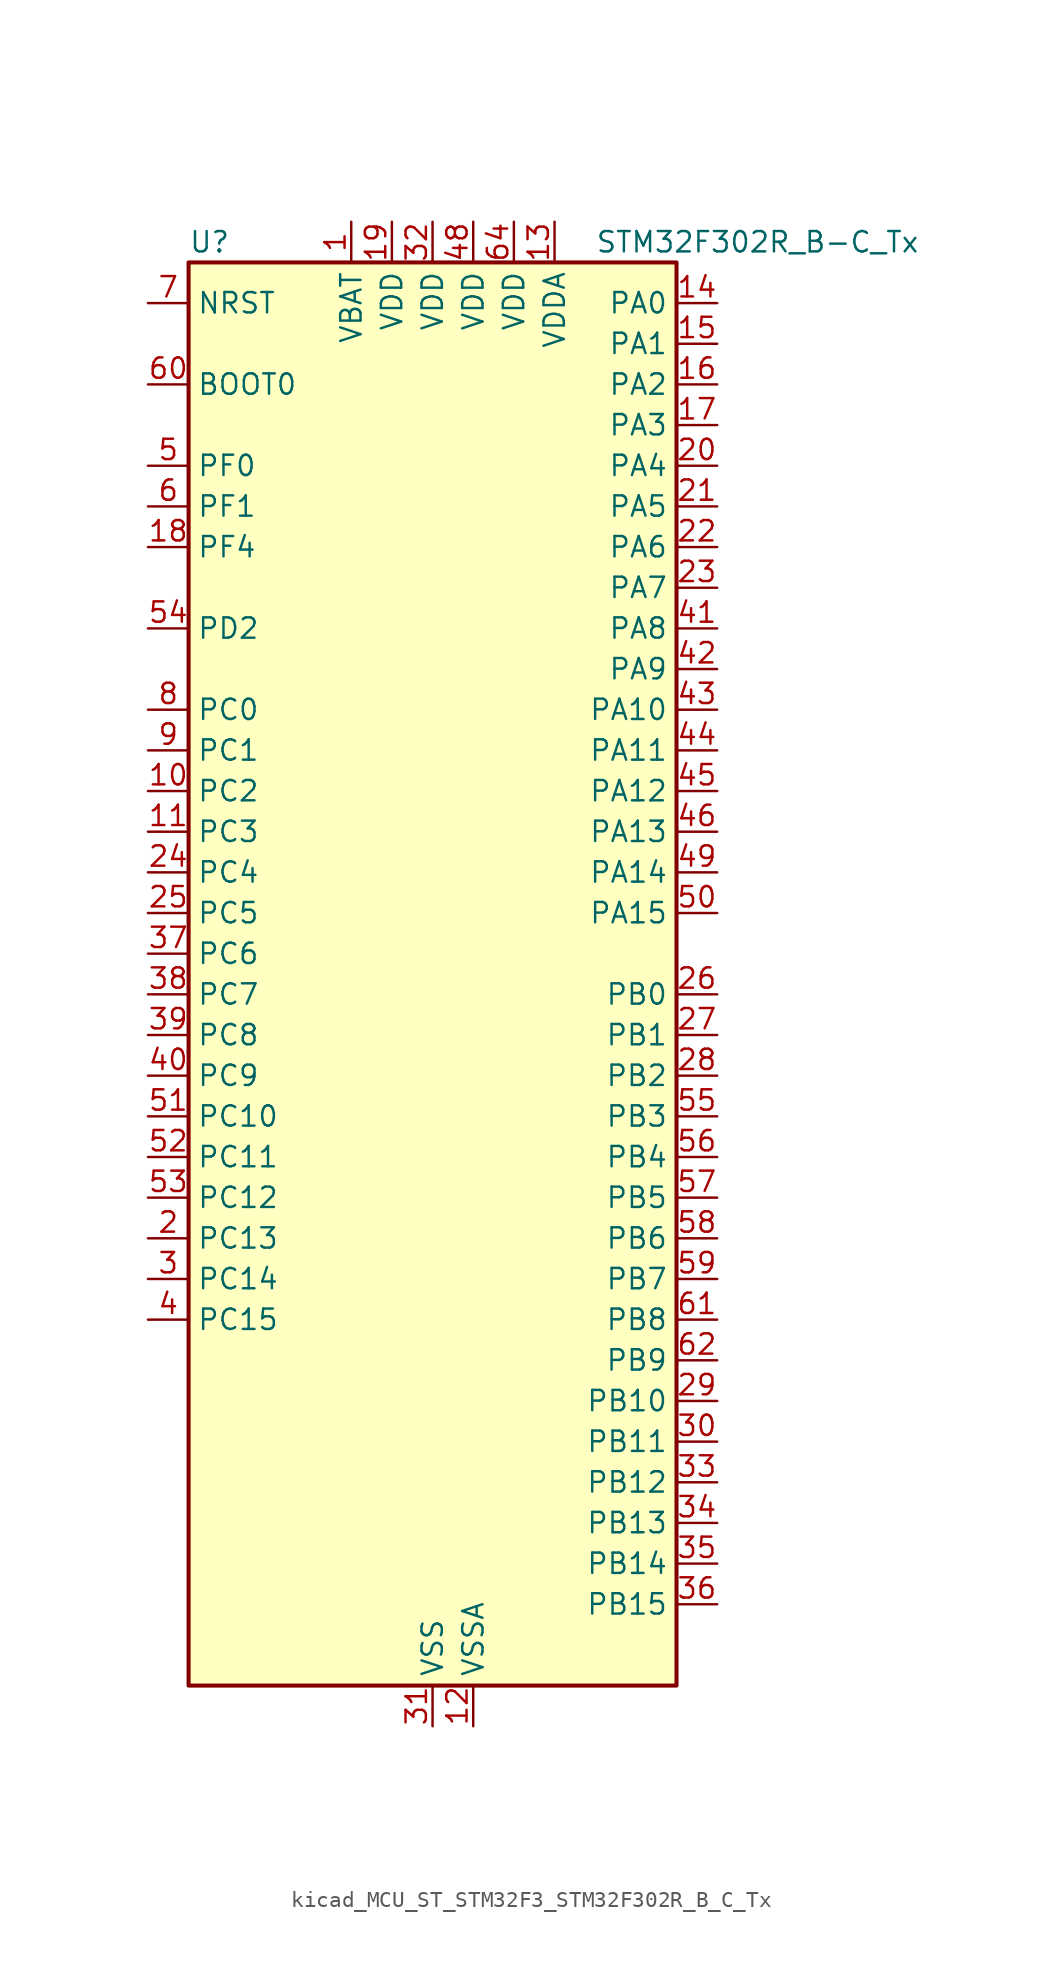
<source format=kicad_sym>
(kicad_symbol_lib
  (version 20220914)
  (generator kicad_symbol_editor)
  (symbol "kicad_MCU_ST_STM32F3_STM32F302R_B_C_Tx"
    (property "Reference" "U"
      (at -15.24 46.99 0)
      (effects (font (size 1.27 1.27)) (justify left)))
    (property "Value" "STM32F302R_B-C_Tx"
      (at 10.16 46.99 0)
      (effects (font (size 1.27 1.27)) (justify left)))
    (property "ki_locked" ""
      (at 0 0 0)
      (effects (font (size 1.27 1.27))))
    (symbol "kicad_MCU_ST_STM32F3_STM32F302R_B_C_Tx_0_1"
      (rectangle (start -15.24 -43.18) (end 15.24 45.72) (stroke (width 0.254) (type default)) (fill (type background))))
    (symbol "kicad_MCU_ST_STM32F3_STM32F302R_B_C_Tx_1_1"
      (pin power_in line (at -5.08 48.26 270) (length 2.54) (name "VBAT" (effects (font (size 1.27 1.27)))) (number "1" (effects (font (size 1.27 1.27)))))
      (pin bidirectional line (at -17.78 12.7 0) (length 2.54) (name "PC2" (effects (font (size 1.27 1.27)))) (number "10" (effects (font (size 1.27 1.27)))) (alternate "ADC1_IN8" bidirectional line) (alternate "ADC2_IN8" bidirectional line))
      (pin bidirectional line (at -17.78 10.16 0) (length 2.54) (name "PC3" (effects (font (size 1.27 1.27)))) (number "11" (effects (font (size 1.27 1.27)))) (alternate "ADC1_IN9" bidirectional line) (alternate "ADC2_IN9" bidirectional line) (alternate "TIM1_BKIN2" bidirectional line))
      (pin power_in line (at 2.54 -45.72 90) (length 2.54) (name "VSSA" (effects (font (size 1.27 1.27)))) (number "12" (effects (font (size 1.27 1.27)))))
      (pin power_in line (at 7.62 48.26 270) (length 2.54) (name "VDDA" (effects (font (size 1.27 1.27)))) (number "13" (effects (font (size 1.27 1.27)))))
      (pin bidirectional line (at 17.78 43.18 180) (length 2.54) (name "PA0" (effects (font (size 1.27 1.27)))) (number "14" (effects (font (size 1.27 1.27)))) (alternate "ADC1_IN1" bidirectional line) (alternate "COMP1_INM" bidirectional line) (alternate "COMP1_OUT" bidirectional line) (alternate "RTC_TAMP2" bidirectional line) (alternate "SYS_WKUP1" bidirectional line) (alternate "TIM2_CH1" bidirectional line) (alternate "TIM2_ETR" bidirectional line) (alternate "TSC_G1_IO1" bidirectional line) (alternate "USART2_CTS" bidirectional line))
      (pin bidirectional line (at 17.78 40.64 180) (length 2.54) (name "PA1" (effects (font (size 1.27 1.27)))) (number "15" (effects (font (size 1.27 1.27)))) (alternate "ADC1_IN2" bidirectional line) (alternate "COMP1_INP" bidirectional line) (alternate "OPAMP1_VINP" bidirectional line) (alternate "OPAMP1_VINP_SEC" bidirectional line) (alternate "RTC_REFIN" bidirectional line) (alternate "TIM15_CH1N" bidirectional line) (alternate "TIM2_CH2" bidirectional line) (alternate "TSC_G1_IO2" bidirectional line) (alternate "USART2_DE" bidirectional line) (alternate "USART2_RTS" bidirectional line))
      (pin bidirectional line (at 17.78 38.1 180) (length 2.54) (name "PA2" (effects (font (size 1.27 1.27)))) (number "16" (effects (font (size 1.27 1.27)))) (alternate "ADC1_IN3" bidirectional line) (alternate "COMP2_INM" bidirectional line) (alternate "COMP2_OUT" bidirectional line) (alternate "OPAMP1_VOUT" bidirectional line) (alternate "TIM15_CH1" bidirectional line) (alternate "TIM2_CH3" bidirectional line) (alternate "TSC_G1_IO3" bidirectional line) (alternate "USART2_TX" bidirectional line))
      (pin bidirectional line (at 17.78 35.56 180) (length 2.54) (name "PA3" (effects (font (size 1.27 1.27)))) (number "17" (effects (font (size 1.27 1.27)))) (alternate "ADC1_IN4" bidirectional line) (alternate "COMP2_INP" bidirectional line) (alternate "OPAMP1_VINM" bidirectional line) (alternate "OPAMP1_VINM_SEC" bidirectional line) (alternate "OPAMP1_VINP" bidirectional line) (alternate "OPAMP1_VINP_SEC" bidirectional line) (alternate "TIM15_CH2" bidirectional line) (alternate "TIM2_CH4" bidirectional line) (alternate "TSC_G1_IO4" bidirectional line) (alternate "USART2_RX" bidirectional line))
      (pin bidirectional line (at -17.78 27.94 0) (length 2.54) (name "PF4" (effects (font (size 1.27 1.27)))) (number "18" (effects (font (size 1.27 1.27)))) (alternate "ADC1_IN5" bidirectional line) (alternate "COMP1_OUT" bidirectional line))
      (pin power_in line (at -2.54 48.26 270) (length 2.54) (name "VDD" (effects (font (size 1.27 1.27)))) (number "19" (effects (font (size 1.27 1.27)))))
      (pin bidirectional line (at -17.78 -15.24 0) (length 2.54) (name "PC13" (effects (font (size 1.27 1.27)))) (number "2" (effects (font (size 1.27 1.27)))) (alternate "RTC_OUT_ALARM" bidirectional line) (alternate "RTC_OUT_CALIB" bidirectional line) (alternate "RTC_TAMP1" bidirectional line) (alternate "RTC_TS" bidirectional line) (alternate "SYS_WKUP2" bidirectional line) (alternate "TIM1_CH1N" bidirectional line))
      (pin bidirectional line (at 17.78 33.02 180) (length 2.54) (name "PA4" (effects (font (size 1.27 1.27)))) (number "20" (effects (font (size 1.27 1.27)))) (alternate "ADC2_IN1" bidirectional line) (alternate "COMP1_INM" bidirectional line) (alternate "COMP2_INM" bidirectional line) (alternate "COMP4_INM" bidirectional line) (alternate "COMP6_INM" bidirectional line) (alternate "DAC_OUT1" bidirectional line) (alternate "I2S3_WS" bidirectional line) (alternate "SPI1_NSS" bidirectional line) (alternate "SPI3_NSS" bidirectional line) (alternate "TIM3_CH2" bidirectional line) (alternate "TSC_G2_IO1" bidirectional line) (alternate "USART2_CK" bidirectional line))
      (pin bidirectional line (at 17.78 30.48 180) (length 2.54) (name "PA5" (effects (font (size 1.27 1.27)))) (number "21" (effects (font (size 1.27 1.27)))) (alternate "ADC2_IN2" bidirectional line) (alternate "COMP1_INM" bidirectional line) (alternate "COMP2_INM" bidirectional line) (alternate "COMP4_INM" bidirectional line) (alternate "COMP6_INM" bidirectional line) (alternate "OPAMP1_VINP" bidirectional line) (alternate "OPAMP1_VINP_SEC" bidirectional line) (alternate "OPAMP2_VINM" bidirectional line) (alternate "OPAMP2_VINM_SEC" bidirectional line) (alternate "SPI1_SCK" bidirectional line) (alternate "TIM2_CH1" bidirectional line) (alternate "TIM2_ETR" bidirectional line) (alternate "TSC_G2_IO2" bidirectional line))
      (pin bidirectional line (at 17.78 27.94 180) (length 2.54) (name "PA6" (effects (font (size 1.27 1.27)))) (number "22" (effects (font (size 1.27 1.27)))) (alternate "ADC2_IN3" bidirectional line) (alternate "COMP1_OUT" bidirectional line) (alternate "OPAMP2_VOUT" bidirectional line) (alternate "SPI1_MISO" bidirectional line) (alternate "TIM16_CH1" bidirectional line) (alternate "TIM1_BKIN" bidirectional line) (alternate "TIM3_CH1" bidirectional line) (alternate "TSC_G2_IO3" bidirectional line))
      (pin bidirectional line (at 17.78 25.4 180) (length 2.54) (name "PA7" (effects (font (size 1.27 1.27)))) (number "23" (effects (font (size 1.27 1.27)))) (alternate "ADC2_IN4" bidirectional line) (alternate "COMP2_INP" bidirectional line) (alternate "COMP2_OUT" bidirectional line) (alternate "OPAMP1_VINP" bidirectional line) (alternate "OPAMP1_VINP_SEC" bidirectional line) (alternate "OPAMP2_VINP" bidirectional line) (alternate "OPAMP2_VINP_SEC" bidirectional line) (alternate "SPI1_MOSI" bidirectional line) (alternate "TIM17_CH1" bidirectional line) (alternate "TIM1_CH1N" bidirectional line) (alternate "TIM3_CH2" bidirectional line) (alternate "TSC_G2_IO4" bidirectional line))
      (pin bidirectional line (at -17.78 7.62 0) (length 2.54) (name "PC4" (effects (font (size 1.27 1.27)))) (number "24" (effects (font (size 1.27 1.27)))) (alternate "ADC2_IN5" bidirectional line) (alternate "USART1_TX" bidirectional line))
      (pin bidirectional line (at -17.78 5.08 0) (length 2.54) (name "PC5" (effects (font (size 1.27 1.27)))) (number "25" (effects (font (size 1.27 1.27)))) (alternate "ADC2_IN11" bidirectional line) (alternate "OPAMP1_VINM" bidirectional line) (alternate "OPAMP1_VINM_SEC" bidirectional line) (alternate "OPAMP2_VINM" bidirectional line) (alternate "OPAMP2_VINM_SEC" bidirectional line) (alternate "TSC_G3_IO1" bidirectional line) (alternate "USART1_RX" bidirectional line))
      (pin bidirectional line (at 17.78 0 180) (length 2.54) (name "PB0" (effects (font (size 1.27 1.27)))) (number "26" (effects (font (size 1.27 1.27)))) (alternate "COMP4_INP" bidirectional line) (alternate "OPAMP2_VINP" bidirectional line) (alternate "OPAMP2_VINP_SEC" bidirectional line) (alternate "TIM1_CH2N" bidirectional line) (alternate "TIM3_CH3" bidirectional line) (alternate "TSC_G3_IO2" bidirectional line))
      (pin bidirectional line (at 17.78 -2.54 180) (length 2.54) (name "PB1" (effects (font (size 1.27 1.27)))) (number "27" (effects (font (size 1.27 1.27)))) (alternate "COMP4_OUT" bidirectional line) (alternate "TIM1_CH3N" bidirectional line) (alternate "TIM3_CH4" bidirectional line) (alternate "TSC_G3_IO3" bidirectional line))
      (pin bidirectional line (at 17.78 -5.08 180) (length 2.54) (name "PB2" (effects (font (size 1.27 1.27)))) (number "28" (effects (font (size 1.27 1.27)))) (alternate "ADC2_IN12" bidirectional line) (alternate "COMP4_INM" bidirectional line) (alternate "TSC_G3_IO4" bidirectional line))
      (pin bidirectional line (at 17.78 -25.4 180) (length 2.54) (name "PB10" (effects (font (size 1.27 1.27)))) (number "29" (effects (font (size 1.27 1.27)))) (alternate "TIM2_CH3" bidirectional line) (alternate "TSC_SYNC" bidirectional line) (alternate "USART3_TX" bidirectional line))
      (pin bidirectional line (at -17.78 -17.78 0) (length 2.54) (name "PC14" (effects (font (size 1.27 1.27)))) (number "3" (effects (font (size 1.27 1.27)))) (alternate "RCC_OSC32_IN" bidirectional line))
      (pin bidirectional line (at 17.78 -27.94 180) (length 2.54) (name "PB11" (effects (font (size 1.27 1.27)))) (number "30" (effects (font (size 1.27 1.27)))) (alternate "ADC1_EXTI11" bidirectional line) (alternate "ADC2_EXTI11" bidirectional line) (alternate "COMP6_INP" bidirectional line) (alternate "TIM2_CH4" bidirectional line) (alternate "TSC_G6_IO1" bidirectional line) (alternate "USART3_RX" bidirectional line))
      (pin power_in line (at 0 -45.72 90) (length 2.54) (name "VSS" (effects (font (size 1.27 1.27)))) (number "31" (effects (font (size 1.27 1.27)))))
      (pin power_in line (at 0 48.26 270) (length 2.54) (name "VDD" (effects (font (size 1.27 1.27)))) (number "32" (effects (font (size 1.27 1.27)))))
      (pin bidirectional line (at 17.78 -30.48 180) (length 2.54) (name "PB12" (effects (font (size 1.27 1.27)))) (number "33" (effects (font (size 1.27 1.27)))) (alternate "I2C2_SMBA" bidirectional line) (alternate "I2S2_WS" bidirectional line) (alternate "SPI2_NSS" bidirectional line) (alternate "TIM1_BKIN" bidirectional line) (alternate "TSC_G6_IO2" bidirectional line) (alternate "USART3_CK" bidirectional line))
      (pin bidirectional line (at 17.78 -33.02 180) (length 2.54) (name "PB13" (effects (font (size 1.27 1.27)))) (number "34" (effects (font (size 1.27 1.27)))) (alternate "I2S2_CK" bidirectional line) (alternate "SPI2_SCK" bidirectional line) (alternate "TIM1_CH1N" bidirectional line) (alternate "TSC_G6_IO3" bidirectional line) (alternate "USART3_CTS" bidirectional line))
      (pin bidirectional line (at 17.78 -35.56 180) (length 2.54) (name "PB14" (effects (font (size 1.27 1.27)))) (number "35" (effects (font (size 1.27 1.27)))) (alternate "I2S2_ext_SD" bidirectional line) (alternate "OPAMP2_VINP" bidirectional line) (alternate "OPAMP2_VINP_SEC" bidirectional line) (alternate "SPI2_MISO" bidirectional line) (alternate "TIM15_CH1" bidirectional line) (alternate "TIM1_CH2N" bidirectional line) (alternate "TSC_G6_IO4" bidirectional line) (alternate "USART3_DE" bidirectional line) (alternate "USART3_RTS" bidirectional line))
      (pin bidirectional line (at 17.78 -38.1 180) (length 2.54) (name "PB15" (effects (font (size 1.27 1.27)))) (number "36" (effects (font (size 1.27 1.27)))) (alternate "ADC1_EXTI15" bidirectional line) (alternate "ADC2_EXTI15" bidirectional line) (alternate "COMP6_INM" bidirectional line) (alternate "I2S2_SD" bidirectional line) (alternate "RTC_REFIN" bidirectional line) (alternate "SPI2_MOSI" bidirectional line) (alternate "TIM15_CH1N" bidirectional line) (alternate "TIM15_CH2" bidirectional line) (alternate "TIM1_CH3N" bidirectional line))
      (pin bidirectional line (at -17.78 2.54 0) (length 2.54) (name "PC6" (effects (font (size 1.27 1.27)))) (number "37" (effects (font (size 1.27 1.27)))) (alternate "COMP6_OUT" bidirectional line) (alternate "I2S2_MCK" bidirectional line) (alternate "TIM3_CH1" bidirectional line))
      (pin bidirectional line (at -17.78 0 0) (length 2.54) (name "PC7" (effects (font (size 1.27 1.27)))) (number "38" (effects (font (size 1.27 1.27)))) (alternate "I2S3_MCK" bidirectional line) (alternate "TIM3_CH2" bidirectional line))
      (pin bidirectional line (at -17.78 -2.54 0) (length 2.54) (name "PC8" (effects (font (size 1.27 1.27)))) (number "39" (effects (font (size 1.27 1.27)))) (alternate "TIM3_CH3" bidirectional line))
      (pin bidirectional line (at -17.78 -20.32 0) (length 2.54) (name "PC15" (effects (font (size 1.27 1.27)))) (number "4" (effects (font (size 1.27 1.27)))) (alternate "ADC1_EXTI15" bidirectional line) (alternate "ADC2_EXTI15" bidirectional line) (alternate "RCC_OSC32_OUT" bidirectional line))
      (pin bidirectional line (at -17.78 -5.08 0) (length 2.54) (name "PC9" (effects (font (size 1.27 1.27)))) (number "40" (effects (font (size 1.27 1.27)))) (alternate "DAC_EXTI9" bidirectional line) (alternate "I2S_CKIN" bidirectional line) (alternate "TIM3_CH4" bidirectional line))
      (pin bidirectional line (at 17.78 22.86 180) (length 2.54) (name "PA8" (effects (font (size 1.27 1.27)))) (number "41" (effects (font (size 1.27 1.27)))) (alternate "I2C2_SMBA" bidirectional line) (alternate "I2S2_MCK" bidirectional line) (alternate "RCC_MCO" bidirectional line) (alternate "TIM1_CH1" bidirectional line) (alternate "TIM4_ETR" bidirectional line) (alternate "USART1_CK" bidirectional line))
      (pin bidirectional line (at 17.78 20.32 180) (length 2.54) (name "PA9" (effects (font (size 1.27 1.27)))) (number "42" (effects (font (size 1.27 1.27)))) (alternate "DAC_EXTI9" bidirectional line) (alternate "I2C2_SCL" bidirectional line) (alternate "I2S3_MCK" bidirectional line) (alternate "TIM15_BKIN" bidirectional line) (alternate "TIM1_CH2" bidirectional line) (alternate "TIM2_CH3" bidirectional line) (alternate "TSC_G4_IO1" bidirectional line) (alternate "USART1_TX" bidirectional line))
      (pin bidirectional line (at 17.78 17.78 180) (length 2.54) (name "PA10" (effects (font (size 1.27 1.27)))) (number "43" (effects (font (size 1.27 1.27)))) (alternate "COMP6_OUT" bidirectional line) (alternate "I2C2_SDA" bidirectional line) (alternate "TIM17_BKIN" bidirectional line) (alternate "TIM1_CH3" bidirectional line) (alternate "TIM2_CH4" bidirectional line) (alternate "TSC_G4_IO2" bidirectional line) (alternate "USART1_RX" bidirectional line))
      (pin bidirectional line (at 17.78 15.24 180) (length 2.54) (name "PA11" (effects (font (size 1.27 1.27)))) (number "44" (effects (font (size 1.27 1.27)))) (alternate "ADC1_EXTI11" bidirectional line) (alternate "ADC2_EXTI11" bidirectional line) (alternate "CAN_RX" bidirectional line) (alternate "COMP1_OUT" bidirectional line) (alternate "TIM1_BKIN2" bidirectional line) (alternate "TIM1_CH1N" bidirectional line) (alternate "TIM1_CH4" bidirectional line) (alternate "TIM4_CH1" bidirectional line) (alternate "USART1_CTS" bidirectional line) (alternate "USB_DM" bidirectional line))
      (pin bidirectional line (at 17.78 12.7 180) (length 2.54) (name "PA12" (effects (font (size 1.27 1.27)))) (number "45" (effects (font (size 1.27 1.27)))) (alternate "CAN_TX" bidirectional line) (alternate "COMP2_OUT" bidirectional line) (alternate "TIM16_CH1" bidirectional line) (alternate "TIM1_CH2N" bidirectional line) (alternate "TIM1_ETR" bidirectional line) (alternate "TIM4_CH2" bidirectional line) (alternate "USART1_DE" bidirectional line) (alternate "USART1_RTS" bidirectional line) (alternate "USB_DP" bidirectional line))
      (pin bidirectional line (at 17.78 10.16 180) (length 2.54) (name "PA13" (effects (font (size 1.27 1.27)))) (number "46" (effects (font (size 1.27 1.27)))) (alternate "IR_OUT" bidirectional line) (alternate "SYS_JTMS-SWDIO" bidirectional line) (alternate "TIM16_CH1N" bidirectional line) (alternate "TIM4_CH3" bidirectional line) (alternate "TSC_G4_IO3" bidirectional line) (alternate "USART3_CTS" bidirectional line))
      (pin passive line (at 0 -45.72 90) (length 2.54) hide (name "VSS" (effects (font (size 1.27 1.27)))) (number "47" (effects (font (size 1.27 1.27)))))
      (pin power_in line (at 2.54 48.26 270) (length 2.54) (name "VDD" (effects (font (size 1.27 1.27)))) (number "48" (effects (font (size 1.27 1.27)))))
      (pin bidirectional line (at 17.78 7.62 180) (length 2.54) (name "PA14" (effects (font (size 1.27 1.27)))) (number "49" (effects (font (size 1.27 1.27)))) (alternate "I2C1_SDA" bidirectional line) (alternate "SYS_JTCK-SWCLK" bidirectional line) (alternate "TIM1_BKIN" bidirectional line) (alternate "TSC_G4_IO4" bidirectional line) (alternate "USART2_TX" bidirectional line))
      (pin bidirectional line (at -17.78 33.02 0) (length 2.54) (name "PF0" (effects (font (size 1.27 1.27)))) (number "5" (effects (font (size 1.27 1.27)))) (alternate "I2C2_SDA" bidirectional line) (alternate "RCC_OSC_IN" bidirectional line) (alternate "TIM1_CH3N" bidirectional line))
      (pin bidirectional line (at 17.78 5.08 180) (length 2.54) (name "PA15" (effects (font (size 1.27 1.27)))) (number "50" (effects (font (size 1.27 1.27)))) (alternate "ADC1_EXTI15" bidirectional line) (alternate "ADC2_EXTI15" bidirectional line) (alternate "I2C1_SCL" bidirectional line) (alternate "I2S3_WS" bidirectional line) (alternate "SPI1_NSS" bidirectional line) (alternate "SPI3_NSS" bidirectional line) (alternate "SYS_JTDI" bidirectional line) (alternate "TIM1_BKIN" bidirectional line) (alternate "TIM2_CH1" bidirectional line) (alternate "TIM2_ETR" bidirectional line) (alternate "USART2_RX" bidirectional line))
      (pin bidirectional line (at -17.78 -7.62 0) (length 2.54) (name "PC10" (effects (font (size 1.27 1.27)))) (number "51" (effects (font (size 1.27 1.27)))) (alternate "I2S3_CK" bidirectional line) (alternate "SPI3_SCK" bidirectional line) (alternate "UART4_TX" bidirectional line) (alternate "USART3_TX" bidirectional line))
      (pin bidirectional line (at -17.78 -10.16 0) (length 2.54) (name "PC11" (effects (font (size 1.27 1.27)))) (number "52" (effects (font (size 1.27 1.27)))) (alternate "ADC1_EXTI11" bidirectional line) (alternate "ADC2_EXTI11" bidirectional line) (alternate "I2S3_ext_SD" bidirectional line) (alternate "SPI3_MISO" bidirectional line) (alternate "UART4_RX" bidirectional line) (alternate "USART3_RX" bidirectional line))
      (pin bidirectional line (at -17.78 -12.7 0) (length 2.54) (name "PC12" (effects (font (size 1.27 1.27)))) (number "53" (effects (font (size 1.27 1.27)))) (alternate "I2S3_SD" bidirectional line) (alternate "SPI3_MOSI" bidirectional line) (alternate "UART5_TX" bidirectional line) (alternate "USART3_CK" bidirectional line))
      (pin bidirectional line (at -17.78 22.86 0) (length 2.54) (name "PD2" (effects (font (size 1.27 1.27)))) (number "54" (effects (font (size 1.27 1.27)))) (alternate "TIM3_ETR" bidirectional line) (alternate "UART5_RX" bidirectional line))
      (pin bidirectional line (at 17.78 -7.62 180) (length 2.54) (name "PB3" (effects (font (size 1.27 1.27)))) (number "55" (effects (font (size 1.27 1.27)))) (alternate "I2S3_CK" bidirectional line) (alternate "SPI1_SCK" bidirectional line) (alternate "SPI3_SCK" bidirectional line) (alternate "SYS_JTDO-TRACESWO" bidirectional line) (alternate "TIM2_CH2" bidirectional line) (alternate "TIM3_ETR" bidirectional line) (alternate "TIM4_ETR" bidirectional line) (alternate "TSC_G5_IO1" bidirectional line) (alternate "USART2_TX" bidirectional line))
      (pin bidirectional line (at 17.78 -10.16 180) (length 2.54) (name "PB4" (effects (font (size 1.27 1.27)))) (number "56" (effects (font (size 1.27 1.27)))) (alternate "I2S3_ext_SD" bidirectional line) (alternate "SPI1_MISO" bidirectional line) (alternate "SPI3_MISO" bidirectional line) (alternate "SYS_NJTRST" bidirectional line) (alternate "TIM16_CH1" bidirectional line) (alternate "TIM17_BKIN" bidirectional line) (alternate "TIM3_CH1" bidirectional line) (alternate "TSC_G5_IO2" bidirectional line) (alternate "USART2_RX" bidirectional line))
      (pin bidirectional line (at 17.78 -12.7 180) (length 2.54) (name "PB5" (effects (font (size 1.27 1.27)))) (number "57" (effects (font (size 1.27 1.27)))) (alternate "I2C1_SMBA" bidirectional line) (alternate "I2S3_SD" bidirectional line) (alternate "SPI1_MOSI" bidirectional line) (alternate "SPI3_MOSI" bidirectional line) (alternate "TIM16_BKIN" bidirectional line) (alternate "TIM17_CH1" bidirectional line) (alternate "TIM3_CH2" bidirectional line) (alternate "USART2_CK" bidirectional line))
      (pin bidirectional line (at 17.78 -15.24 180) (length 2.54) (name "PB6" (effects (font (size 1.27 1.27)))) (number "58" (effects (font (size 1.27 1.27)))) (alternate "I2C1_SCL" bidirectional line) (alternate "TIM16_CH1N" bidirectional line) (alternate "TIM4_CH1" bidirectional line) (alternate "TSC_G5_IO3" bidirectional line) (alternate "USART1_TX" bidirectional line))
      (pin bidirectional line (at 17.78 -17.78 180) (length 2.54) (name "PB7" (effects (font (size 1.27 1.27)))) (number "59" (effects (font (size 1.27 1.27)))) (alternate "I2C1_SDA" bidirectional line) (alternate "TIM17_CH1N" bidirectional line) (alternate "TIM3_CH4" bidirectional line) (alternate "TIM4_CH2" bidirectional line) (alternate "TSC_G5_IO4" bidirectional line) (alternate "USART1_RX" bidirectional line))
      (pin bidirectional line (at -17.78 30.48 0) (length 2.54) (name "PF1" (effects (font (size 1.27 1.27)))) (number "6" (effects (font (size 1.27 1.27)))) (alternate "I2C2_SCL" bidirectional line) (alternate "RCC_OSC_OUT" bidirectional line))
      (pin input line (at -17.78 38.1 0) (length 2.54) (name "BOOT0" (effects (font (size 1.27 1.27)))) (number "60" (effects (font (size 1.27 1.27)))))
      (pin bidirectional line (at 17.78 -20.32 180) (length 2.54) (name "PB8" (effects (font (size 1.27 1.27)))) (number "61" (effects (font (size 1.27 1.27)))) (alternate "CAN_RX" bidirectional line) (alternate "COMP1_OUT" bidirectional line) (alternate "I2C1_SCL" bidirectional line) (alternate "TIM16_CH1" bidirectional line) (alternate "TIM1_BKIN" bidirectional line) (alternate "TIM4_CH3" bidirectional line) (alternate "TSC_SYNC" bidirectional line))
      (pin bidirectional line (at 17.78 -22.86 180) (length 2.54) (name "PB9" (effects (font (size 1.27 1.27)))) (number "62" (effects (font (size 1.27 1.27)))) (alternate "CAN_TX" bidirectional line) (alternate "COMP2_OUT" bidirectional line) (alternate "DAC_EXTI9" bidirectional line) (alternate "I2C1_SDA" bidirectional line) (alternate "IR_OUT" bidirectional line) (alternate "TIM17_CH1" bidirectional line) (alternate "TIM4_CH4" bidirectional line))
      (pin passive line (at 0 -45.72 90) (length 2.54) hide (name "VSS" (effects (font (size 1.27 1.27)))) (number "63" (effects (font (size 1.27 1.27)))))
      (pin power_in line (at 5.08 48.26 270) (length 2.54) (name "VDD" (effects (font (size 1.27 1.27)))) (number "64" (effects (font (size 1.27 1.27)))))
      (pin input line (at -17.78 43.18 0) (length 2.54) (name "NRST" (effects (font (size 1.27 1.27)))) (number "7" (effects (font (size 1.27 1.27)))))
      (pin bidirectional line (at -17.78 17.78 0) (length 2.54) (name "PC0" (effects (font (size 1.27 1.27)))) (number "8" (effects (font (size 1.27 1.27)))) (alternate "ADC1_IN6" bidirectional line) (alternate "ADC2_IN6" bidirectional line))
      (pin bidirectional line (at -17.78 15.24 0) (length 2.54) (name "PC1" (effects (font (size 1.27 1.27)))) (number "9" (effects (font (size 1.27 1.27)))) (alternate "ADC1_IN7" bidirectional line) (alternate "ADC2_IN7" bidirectional line)))))
</source>
